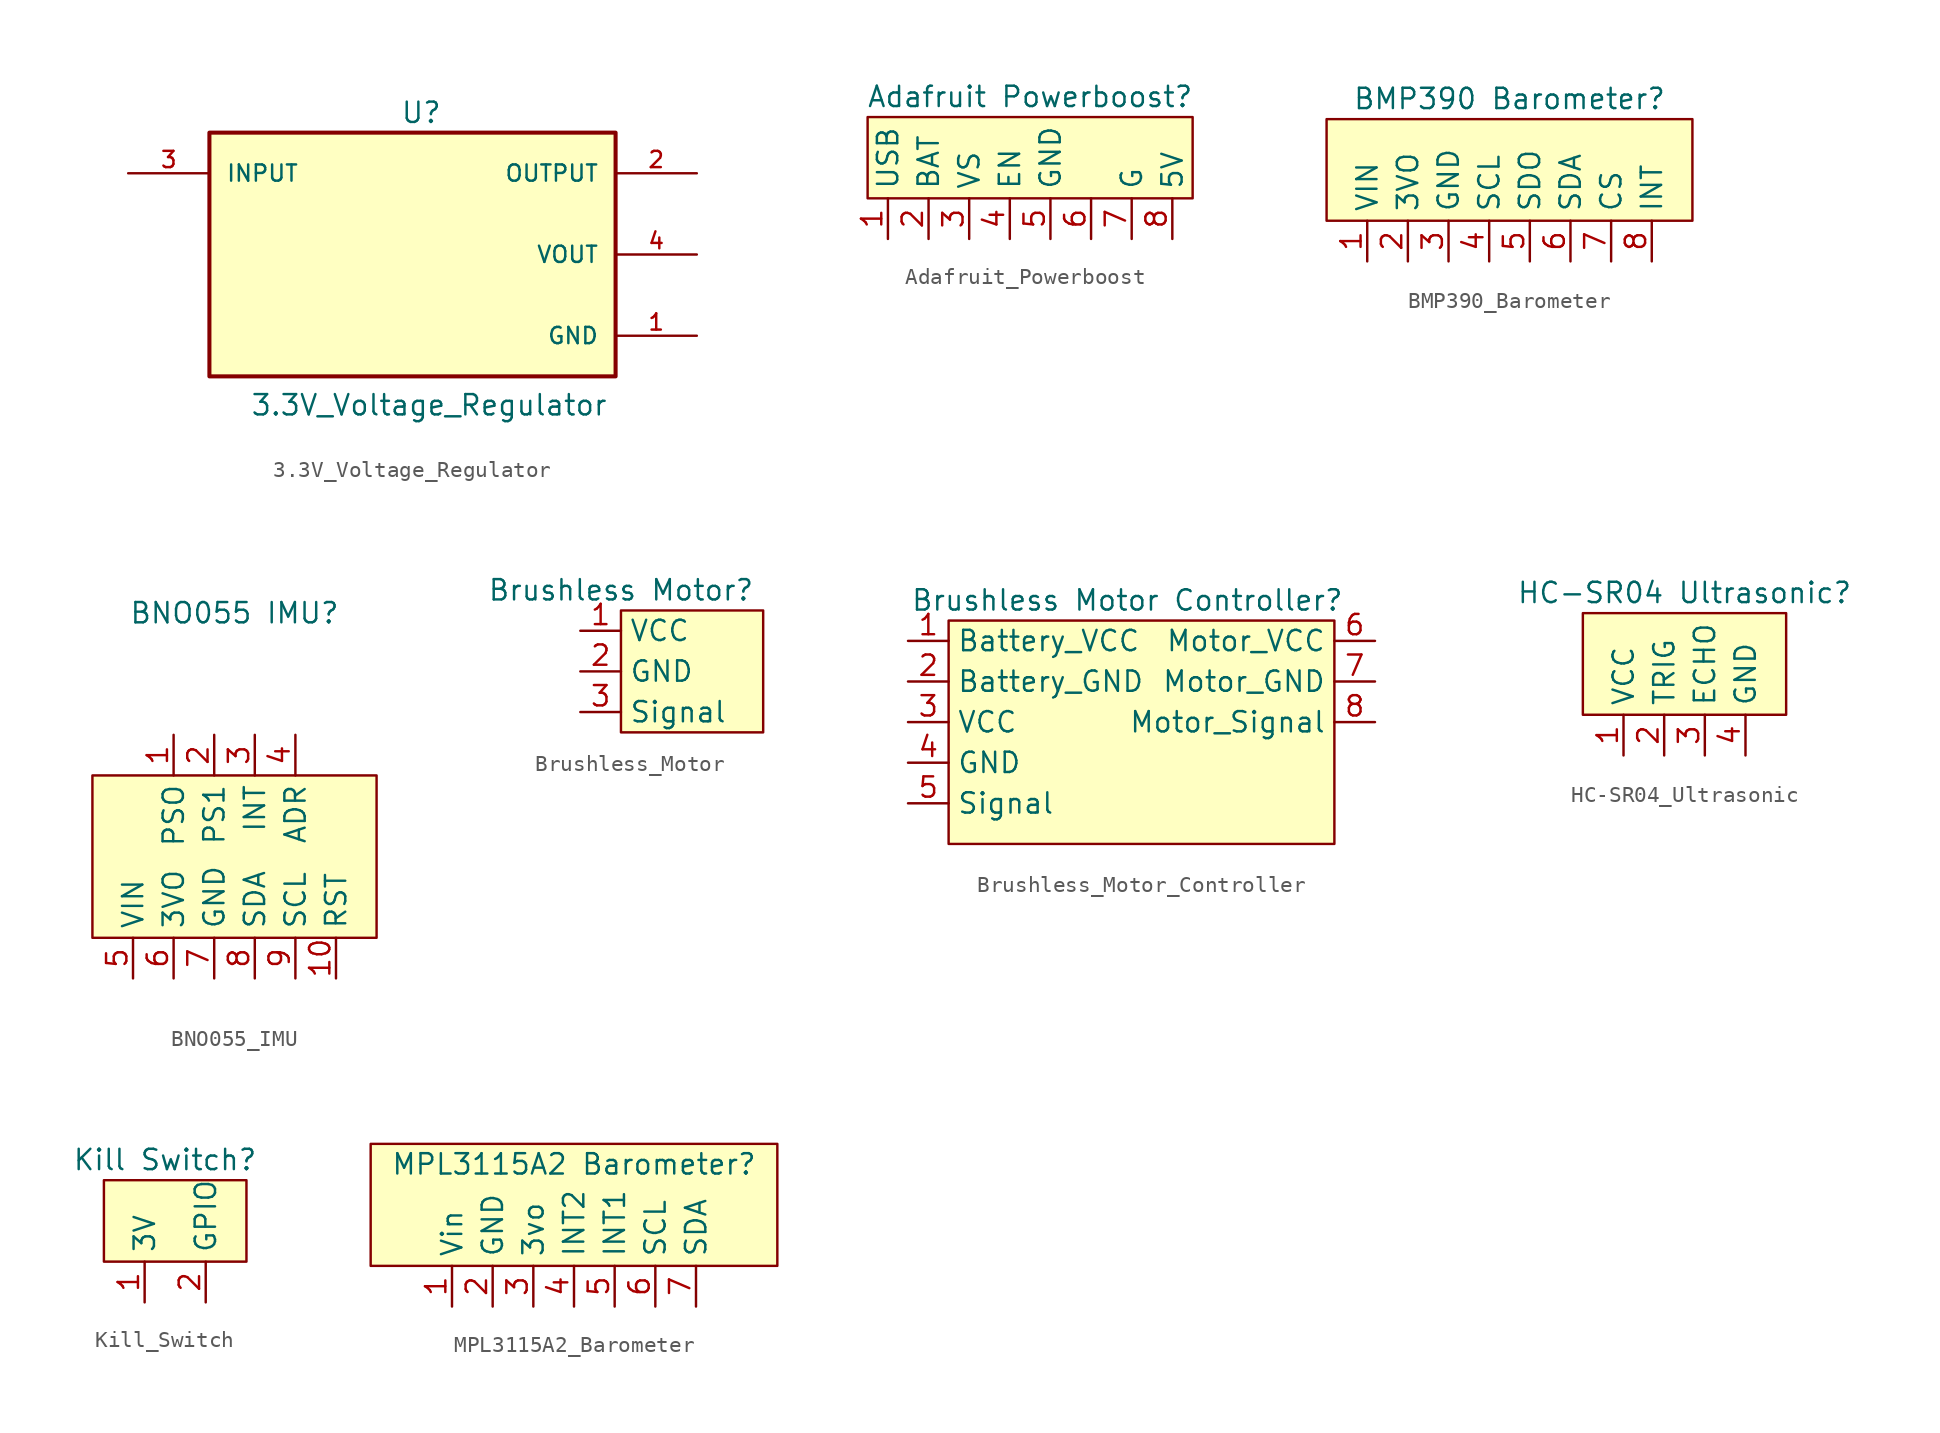
<source format=kicad_sym>
(kicad_symbol_lib
  (version 20231120)
  (generator "kicad_symbol_editor")
  (generator_version "8.0")
  (symbol "3.3V_Voltage_Regulator"
    (pin_names
      (offset 1.016))
    (property "Reference" "U"
      (at -0.762 8.128 0)
      (effects (font (size 1.27 1.27)) (justify left bottom)))
    (property "Value" "3.3V_Voltage_Regulator"
      (at -10.16 -10.16 0)
      (effects (font (size 1.27 1.27)) (justify left bottom)))
    (symbol "3.3V_Voltage_Regulator_0_0"
      (rectangle (start -12.7 7.62) (end 12.7 -7.62) (stroke (width 0.254) (type default)) (fill (type background)))
      (pin power_in line (at 17.78 -5.08 180) (length 5.08) (name "GND" (effects (font (size 1.016 1.016)))) (number "1" (effects (font (size 1.016 1.016)))))
      (pin output line (at 17.78 5.08 180) (length 5.08) (name "OUTPUT" (effects (font (size 1.016 1.016)))) (number "2" (effects (font (size 1.016 1.016)))))
      (pin input line (at -17.78 5.08 0) (length 5.08) (name "INPUT" (effects (font (size 1.016 1.016)))) (number "3" (effects (font (size 1.016 1.016)))))
      (pin output line (at 17.78 0 180) (length 5.08) (name "VOUT" (effects (font (size 1.016 1.016)))) (number "4" (effects (font (size 1.016 1.016)))))))
  (symbol "Adafruit_Powerboost"
    (property "Reference" "Adafruit Powerboost"
      (at 0 0 0)
      (effects (font (size 1.27 1.27))))
    (property "Value" ""
      (at 0 0 0)
      (effects (font (size 1.27 1.27))))
    (symbol "Adafruit_Powerboost_0_1"
      (rectangle (start -10.16 -1.27) (end 10.16 -6.35) (stroke (width 0) (type default)) (fill (type background))))
    (symbol "Adafruit_Powerboost_1_1"
      (pin passive line (at -8.89 -8.89 90) (length 2.54) (name "USB" (effects (font (size 1.27 1.27)))) (number "1" (effects (font (size 1.27 1.27)))))
      (pin passive line (at -6.35 -8.89 90) (length 2.54) (name "BAT" (effects (font (size 1.27 1.27)))) (number "2" (effects (font (size 1.27 1.27)))))
      (pin passive line (at -3.81 -8.89 90) (length 2.54) (name "VS" (effects (font (size 1.27 1.27)))) (number "3" (effects (font (size 1.27 1.27)))))
      (pin passive line (at -1.27 -8.89 90) (length 2.54) (name "EN" (effects (font (size 1.27 1.27)))) (number "4" (effects (font (size 1.27 1.27)))))
      (pin passive line (at 1.27 -8.89 90) (length 2.54) (name "GND" (effects (font (size 1.27 1.27)))) (number "5" (effects (font (size 1.27 1.27)))))
      (pin passive line (at 3.81 -8.89 90) (length 2.54) (name "" (effects (font (size 1.27 1.27)))) (number "6" (effects (font (size 1.27 1.27)))))
      (pin passive line (at 6.35 -8.89 90) (length 2.54) (name "G" (effects (font (size 1.27 1.27)))) (number "7" (effects (font (size 1.27 1.27)))))
      (pin passive line (at 8.89 -8.89 90) (length 2.54) (name "5V" (effects (font (size 1.27 1.27)))) (number "8" (effects (font (size 1.27 1.27)))))))
  (symbol "BMP390_Barometer"
    (property "Reference" "BMP390 Barometer"
      (at 0 0 0)
      (effects (font (size 1.27 1.27))))
    (property "Value" ""
      (at 0 0 0)
      (effects (font (size 1.27 1.27))))
    (symbol "BMP390_Barometer_0_1"
      (rectangle (start -11.43 -1.27) (end 11.43 -7.62) (stroke (width 0) (type default)) (fill (type background))))
    (symbol "BMP390_Barometer_1_1"
      (pin power_in line (at -8.89 -10.16 90) (length 2.54) (name "VIN" (effects (font (size 1.27 1.27)))) (number "1" (effects (font (size 1.27 1.27)))))
      (pin passive line (at -6.35 -10.16 90) (length 2.54) (name "3VO" (effects (font (size 1.27 1.27)))) (number "2" (effects (font (size 1.27 1.27)))))
      (pin passive line (at -3.81 -10.16 90) (length 2.54) (name "GND" (effects (font (size 1.27 1.27)))) (number "3" (effects (font (size 1.27 1.27)))))
      (pin passive line (at -1.27 -10.16 90) (length 2.54) (name "SCL" (effects (font (size 1.27 1.27)))) (number "4" (effects (font (size 1.27 1.27)))))
      (pin passive line (at 1.27 -10.16 90) (length 2.54) (name "SDO" (effects (font (size 1.27 1.27)))) (number "5" (effects (font (size 1.27 1.27)))))
      (pin passive line (at 3.81 -10.16 90) (length 2.54) (name "SDA" (effects (font (size 1.27 1.27)))) (number "6" (effects (font (size 1.27 1.27)))))
      (pin passive line (at 6.35 -10.16 90) (length 2.54) (name "CS" (effects (font (size 1.27 1.27)))) (number "7" (effects (font (size 1.27 1.27)))))
      (pin passive line (at 8.89 -10.16 90) (length 2.54) (name "INT" (effects (font (size 1.27 1.27)))) (number "8" (effects (font (size 1.27 1.27)))))))
  (symbol "BNO055_IMU"
    (property "Reference" "BNO055 IMU"
      (at 0 0 0)
      (effects (font (size 1.27 1.27))))
    (property "Value" ""
      (at 0 0 0)
      (effects (font (size 1.27 1.27))))
    (symbol "BNO055_IMU_0_1"
      (rectangle (start -8.89 -10.16) (end 8.89 -20.32) (stroke (width 0) (type default)) (fill (type background))))
    (symbol "BNO055_IMU_1_1"
      (pin passive line (at -3.81 -7.62 270) (length 2.54) (name "PSO" (effects (font (size 1.27 1.27)))) (number "1" (effects (font (size 1.27 1.27)))))
      (pin passive line (at 6.35 -22.86 90) (length 2.54) (name "RST" (effects (font (size 1.27 1.27)))) (number "10" (effects (font (size 1.27 1.27)))))
      (pin passive line (at -1.27 -7.62 270) (length 2.54) (name "PS1" (effects (font (size 1.27 1.27)))) (number "2" (effects (font (size 1.27 1.27)))))
      (pin passive line (at 1.27 -7.62 270) (length 2.54) (name "INT" (effects (font (size 1.27 1.27)))) (number "3" (effects (font (size 1.27 1.27)))))
      (pin passive line (at 3.81 -7.62 270) (length 2.54) (name "ADR" (effects (font (size 1.27 1.27)))) (number "4" (effects (font (size 1.27 1.27)))))
      (pin power_in line (at -6.35 -22.86 90) (length 2.54) (name "VIN" (effects (font (size 1.27 1.27)))) (number "5" (effects (font (size 1.27 1.27)))))
      (pin passive line (at -3.81 -22.86 90) (length 2.54) (name "3VO" (effects (font (size 1.27 1.27)))) (number "6" (effects (font (size 1.27 1.27)))))
      (pin passive line (at -1.27 -22.86 90) (length 2.54) (name "GND" (effects (font (size 1.27 1.27)))) (number "7" (effects (font (size 1.27 1.27)))))
      (pin passive line (at 1.27 -22.86 90) (length 2.54) (name "SDA" (effects (font (size 1.27 1.27)))) (number "8" (effects (font (size 1.27 1.27)))))
      (pin passive line (at 3.81 -22.86 90) (length 2.54) (name "SCL" (effects (font (size 1.27 1.27)))) (number "9" (effects (font (size 1.27 1.27)))))))
  (symbol "Brushless_Motor"
    (property "Reference" "Brushless Motor"
      (at 0 0 0)
      (effects (font (size 1.27 1.27))))
    (property "Value" ""
      (at 0 0 0)
      (effects (font (size 1.27 1.27))))
    (symbol "Brushless_Motor_0_1"
      (rectangle (start 0 -1.27) (end 8.89 -8.89) (stroke (width 0) (type default)) (fill (type background))))
    (symbol "Brushless_Motor_1_1"
      (pin power_in line (at -2.54 -2.54 0) (length 2.54) (name "VCC" (effects (font (size 1.27 1.27)))) (number "1" (effects (font (size 1.27 1.27)))))
      (pin passive line (at -2.54 -5.08 0) (length 2.54) (name "GND" (effects (font (size 1.27 1.27)))) (number "2" (effects (font (size 1.27 1.27)))))
      (pin passive line (at -2.54 -7.62 0) (length 2.54) (name "Signal" (effects (font (size 1.27 1.27)))) (number "3" (effects (font (size 1.27 1.27)))))))
  (symbol "Brushless_Motor_Controller"
    (property "Reference" "Brushless Motor Controller"
      (at -0.254 0 0)
      (effects (font (size 1.27 1.27))))
    (property "Value" ""
      (at 0 0 0)
      (effects (font (size 1.27 1.27))))
    (symbol "Brushless_Motor_Controller_0_1"
      (rectangle (start -11.43 -1.27) (end 12.7 -15.24) (stroke (width 0) (type default)) (fill (type background))))
    (symbol "Brushless_Motor_Controller_1_1"
      (pin power_in line (at -13.97 -2.54 0) (length 2.54) (name "Battery_VCC" (effects (font (size 1.27 1.27)))) (number "1" (effects (font (size 1.27 1.27)))))
      (pin passive line (at -13.97 -5.08 0) (length 2.54) (name "Battery_GND" (effects (font (size 1.27 1.27)))) (number "2" (effects (font (size 1.27 1.27)))))
      (pin power_in line (at -13.97 -7.62 0) (length 2.54) (name "VCC" (effects (font (size 1.27 1.27)))) (number "3" (effects (font (size 1.27 1.27)))))
      (pin passive line (at -13.97 -10.16 0) (length 2.54) (name "GND" (effects (font (size 1.27 1.27)))) (number "4" (effects (font (size 1.27 1.27)))))
      (pin passive line (at -13.97 -12.7 0) (length 2.54) (name "Signal" (effects (font (size 1.27 1.27)))) (number "5" (effects (font (size 1.27 1.27)))))
      (pin power_out line (at 15.24 -2.54 180) (length 2.54) (name "Motor_VCC" (effects (font (size 1.27 1.27)))) (number "6" (effects (font (size 1.27 1.27)))))
      (pin passive line (at 15.24 -5.08 180) (length 2.54) (name "Motor_GND" (effects (font (size 1.27 1.27)))) (number "7" (effects (font (size 1.27 1.27)))))
      (pin passive line (at 15.24 -7.62 180) (length 2.54) (name "Motor_Signal" (effects (font (size 1.27 1.27)))) (number "8" (effects (font (size 1.27 1.27)))))))
  (symbol "HC-SR04_Ultrasonic"
    (property "Reference" "HC-SR04 Ultrasonic"
      (at 0 0 0)
      (effects (font (size 1.27 1.27))))
    (property "Value" ""
      (at 0 0 0)
      (effects (font (size 1.27 1.27))))
    (symbol "HC-SR04_Ultrasonic_0_1"
      (rectangle (start -6.35 -1.27) (end 6.35 -7.62) (stroke (width 0) (type default)) (fill (type background))))
    (symbol "HC-SR04_Ultrasonic_1_1"
      (pin power_in line (at -3.81 -10.16 90) (length 2.54) (name "VCC" (effects (font (size 1.27 1.27)))) (number "1" (effects (font (size 1.27 1.27)))))
      (pin passive line (at -1.27 -10.16 90) (length 2.54) (name "TRIG" (effects (font (size 1.27 1.27)))) (number "2" (effects (font (size 1.27 1.27)))))
      (pin passive line (at 1.27 -10.16 90) (length 2.54) (name "ECHO" (effects (font (size 1.27 1.27)))) (number "3" (effects (font (size 1.27 1.27)))))
      (pin passive line (at 3.81 -10.16 90) (length 2.54) (name "GND" (effects (font (size 1.27 1.27)))) (number "4" (effects (font (size 1.27 1.27)))))))
  (symbol "Kill_Switch"
    (property "Reference" "Kill Switch"
      (at 0 0 0)
      (effects (font (size 1.27 1.27))))
    (property "Value" ""
      (at 0 0 0)
      (effects (font (size 1.27 1.27))))
    (symbol "Kill_Switch_0_1"
      (rectangle (start -3.81 -1.27) (end 5.08 -6.35) (stroke (width 0) (type default)) (fill (type background))))
    (symbol "Kill_Switch_1_1"
      (pin input line (at -1.27 -8.89 90) (length 2.54) (name "3V" (effects (font (size 1.27 1.27)))) (number "1" (effects (font (size 1.27 1.27)))))
      (pin passive line (at 2.54 -8.89 90) (length 2.54) (name "GPIO" (effects (font (size 1.27 1.27)))) (number "2" (effects (font (size 1.27 1.27)))))))
  (symbol "MPL3115A2_Barometer"
    (property "Reference" "MPL3115A2 Barometer"
      (at 0 0 0)
      (effects (font (size 1.27 1.27))))
    (property "Value" ""
      (at 0 0 0)
      (effects (font (size 1.27 1.27))))
    (symbol "MPL3115A2_Barometer_0_1"
      (rectangle (start -12.7 1.27) (end 12.7 -6.35) (stroke (width 0) (type default)) (fill (type background))))
    (symbol "MPL3115A2_Barometer_1_1"
      (pin power_in line (at -7.62 -8.89 90) (length 2.54) (name "Vin" (effects (font (size 1.27 1.27)))) (number "1" (effects (font (size 1.27 1.27)))))
      (pin passive line (at -5.08 -8.89 90) (length 2.54) (name "GND" (effects (font (size 1.27 1.27)))) (number "2" (effects (font (size 1.27 1.27)))))
      (pin passive line (at -2.54 -8.89 90) (length 2.54) (name "3vo" (effects (font (size 1.27 1.27)))) (number "3" (effects (font (size 1.27 1.27)))))
      (pin passive line (at 0 -8.89 90) (length 2.54) (name "INT2" (effects (font (size 1.27 1.27)))) (number "4" (effects (font (size 1.27 1.27)))))
      (pin passive line (at 2.54 -8.89 90) (length 2.54) (name "INT1" (effects (font (size 1.27 1.27)))) (number "5" (effects (font (size 1.27 1.27)))))
      (pin passive line (at 5.08 -8.89 90) (length 2.54) (name "SCL" (effects (font (size 1.27 1.27)))) (number "6" (effects (font (size 1.27 1.27)))))
      (pin passive line (at 7.62 -8.89 90) (length 2.54) (name "SDA" (effects (font (size 1.27 1.27)))) (number "7" (effects (font (size 1.27 1.27))))))))
</source>
